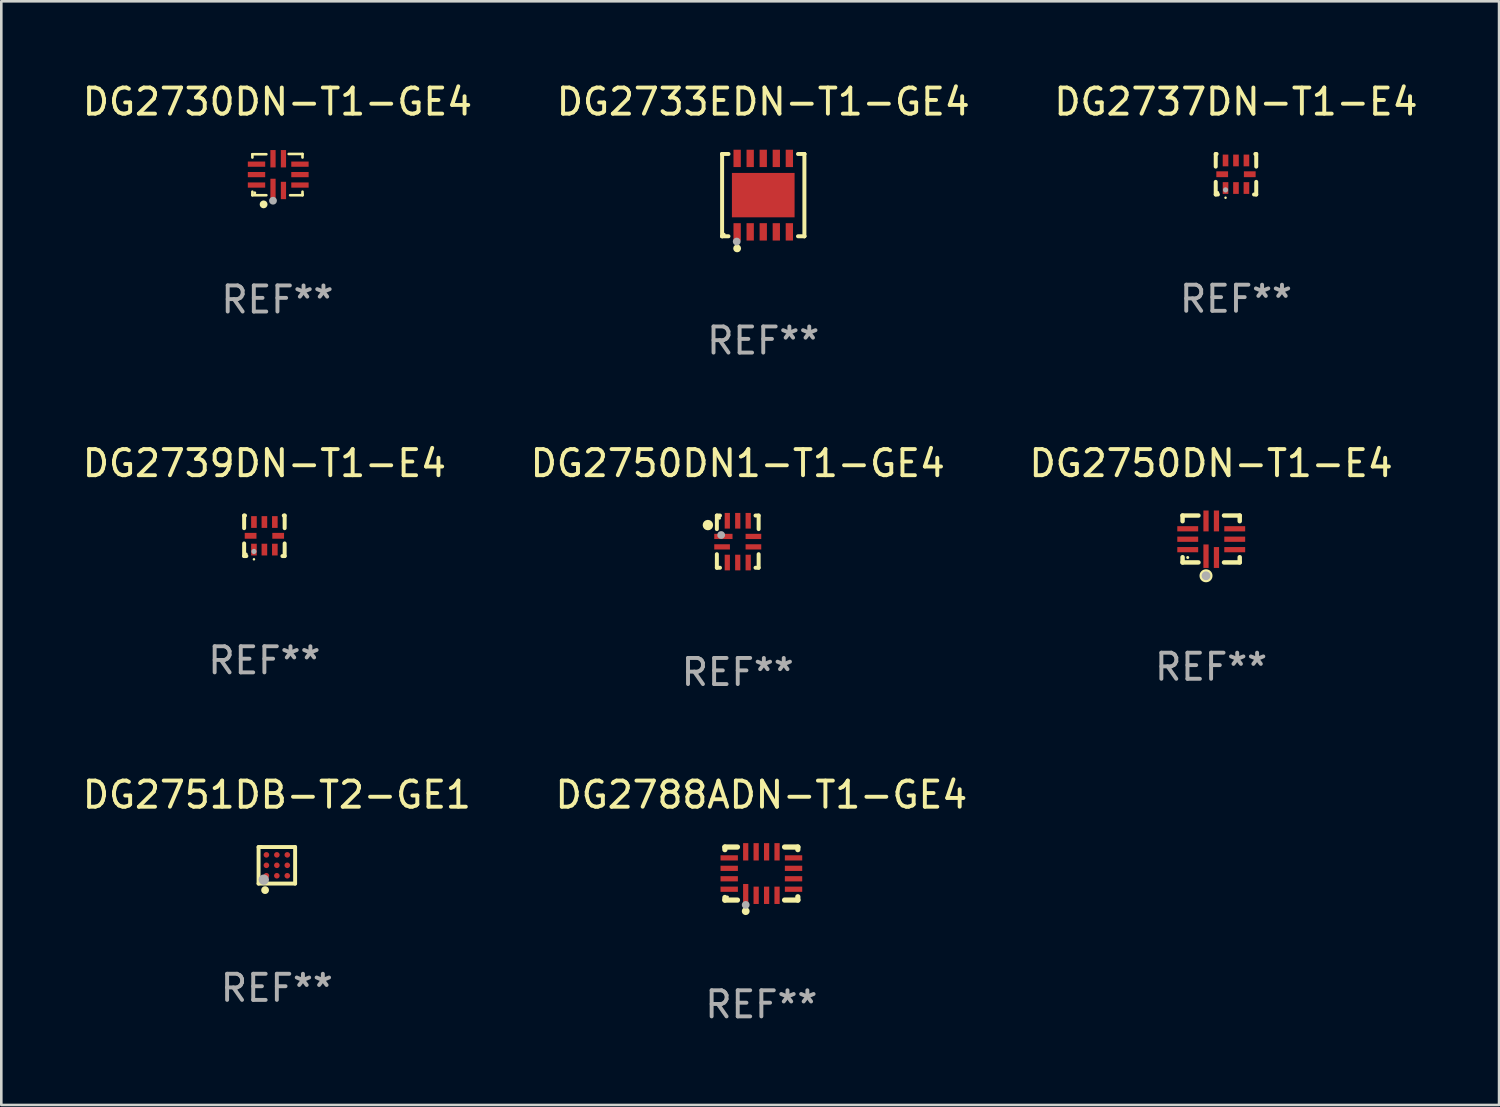
<source format=kicad_pcb>
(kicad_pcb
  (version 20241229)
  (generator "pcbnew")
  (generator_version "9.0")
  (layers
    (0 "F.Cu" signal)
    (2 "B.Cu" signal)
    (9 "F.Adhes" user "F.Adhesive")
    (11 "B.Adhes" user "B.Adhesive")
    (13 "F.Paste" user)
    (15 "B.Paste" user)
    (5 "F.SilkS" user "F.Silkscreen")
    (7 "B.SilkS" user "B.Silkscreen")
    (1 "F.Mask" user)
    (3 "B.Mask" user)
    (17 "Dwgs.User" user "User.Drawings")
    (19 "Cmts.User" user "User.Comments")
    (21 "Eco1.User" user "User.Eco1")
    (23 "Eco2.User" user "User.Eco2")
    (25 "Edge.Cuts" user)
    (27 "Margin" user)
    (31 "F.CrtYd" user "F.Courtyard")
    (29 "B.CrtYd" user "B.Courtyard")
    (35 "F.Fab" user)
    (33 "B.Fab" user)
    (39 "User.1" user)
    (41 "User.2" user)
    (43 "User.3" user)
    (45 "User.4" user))
  (footprint "DG2737DN-T1-E4"
    (layer "F.Cu")
    (at 44.292 3.624)
    (property "Reference" "DG2737DN-T1-E4" (at 0 -2.776 0) (layer "F.SilkS") (effects (font (size 1 1) (thickness 0.15))))
    (attr through_hole)
    (fp_line (start -0.776 -0.776) (end -0.776 -0.292) (stroke (width 0.152) (type solid)) (layer "F.SilkS"))
    (fp_line (start -0.776 -0.776) (end -0.742 -0.776) (stroke (width 0.152) (type solid)) (layer "F.SilkS"))
    (fp_line (start -0.776 0.776) (end -0.776 0.292) (stroke (width 0.152) (type solid)) (layer "F.SilkS"))
    (fp_line (start -0.776 0.776) (end -0.691 0.776) (stroke (width 0.152) (type solid)) (layer "F.SilkS"))
    (fp_line (start 0.691 0.776) (end 0.776 0.776) (stroke (width 0.152) (type solid)) (layer "F.SilkS"))
    (fp_line (start 0.742 -0.776) (end 0.776 -0.776) (stroke (width 0.152) (type solid)) (layer "F.SilkS"))
    (fp_line (start 0.776 -0.776) (end 0.776 -0.292) (stroke (width 0.152) (type solid)) (layer "F.SilkS"))
    (fp_line (start 0.776 0.776) (end 0.776 0.292) (stroke (width 0.152) (type solid)) (layer "F.SilkS"))
    (fp_circle (center -0.7 0.7) (end -0.67 0.7) (stroke (width 0.06) (type solid)) (fill no) (layer "F.SilkS"))
    (fp_circle (center -0.4 0.9) (end -0.375 0.9) (stroke (width 0.05) (type solid)) (fill no) (layer "F.SilkS"))
    (fp_circle (center -0.4 0.6) (end -0.35 0.6) (stroke (width 0.1) (type solid)) (fill no) (layer "F.Fab"))
    (fp_text user "REF**" (at 0 4.776 0) (layer "F.Fab") (effects (font (size 1 1) (thickness 0.15))))
    (pad "1" smd rect (at -0.4 0.528) (size 0.215 0.45) (layers "F.Cu" "F.Mask" "F.Paste"))
    (pad "2" smd rect (at 0 0.528) (size 0.215 0.45) (layers "F.Cu" "F.Mask" "F.Paste"))
    (pad "3" smd rect (at 0.4 0.528) (size 0.215 0.45) (layers "F.Cu" "F.Mask" "F.Paste"))
    (pad "4" smd rect (at 0.528 0) (size 0.45 0.224) (layers "F.Cu" "F.Mask" "F.Paste"))
    (pad "5" smd rect (at 0.4 -0.528) (size 0.215 0.45) (layers "F.Cu" "F.Mask" "F.Paste"))
    (pad "6" smd rect (at 0 -0.528) (size 0.215 0.45) (layers "F.Cu" "F.Mask" "F.Paste"))
    (pad "7" smd rect (at -0.4 -0.528) (size 0.215 0.45) (layers "F.Cu" "F.Mask" "F.Paste"))
    (pad "8" smd rect (at -0.528 0) (size 0.45 0.224) (layers "F.Cu" "F.Mask" "F.Paste")))
  (footprint "DG2751DB-T2-GE1"
    (layer "F.Cu")
    (at 7.554 30.094)
    (property "Reference" "DG2751DB-T2-GE1" (at 0 -2.7 0) (layer "F.SilkS") (effects (font (size 1 1) (thickness 0.15))))
    (attr through_hole)
    (fp_line (start -0.7 -0.7) (end -0.6 -0.7) (stroke (width 0.15) (type solid)) (layer "F.SilkS"))
    (fp_line (start -0.7 0.7) (end -0.7 -0.7) (stroke (width 0.15) (type solid)) (layer "F.SilkS"))
    (fp_line (start -0.65 -0.7) (end 0.7 -0.7) (stroke (width 0.15) (type solid)) (layer "F.SilkS"))
    (fp_line (start 0.7 -0.7) (end 0.7 0.7) (stroke (width 0.15) (type solid)) (layer "F.SilkS"))
    (fp_line (start 0.7 0.7) (end -0.7 0.7) (stroke (width 0.15) (type solid)) (layer "F.SilkS"))
    (fp_circle (center -0.6 0.6) (end -0.57 0.6) (stroke (width 0.06) (type solid)) (fill no) (layer "F.SilkS"))
    (fp_circle (center -0.45 0.95) (end -0.375 0.95) (stroke (width 0.15) (type solid)) (fill no) (layer "F.SilkS"))
    (fp_circle (center -0.5 0.55) (end -0.4 0.55) (stroke (width 0.2) (type solid)) (fill no) (layer "F.Fab"))
    (fp_text user "REF**" (at 0 4.7 0) (layer "F.Fab") (effects (font (size 1 1) (thickness 0.15))))
    (pad "A1" smd circle (at -0.4 0.4) (size 0.215 0.215) (layers "F.Cu" "F.Mask" "F.Paste"))
    (pad "A2" smd circle (at -0.4 0.000127) (size 0.215 0.215) (layers "F.Cu" "F.Mask" "F.Paste"))
    (pad "A3" smd circle (at -0.4 -0.4) (size 0.215 0.215) (layers "F.Cu" "F.Mask" "F.Paste"))
    (pad "B1" smd circle (at 0.000127 0.4) (size 0.215 0.215) (layers "F.Cu" "F.Mask" "F.Paste"))
    (pad "B2" smd circle (at 0.000127 -0.000127) (size 0.215 0.215) (layers "F.Cu" "F.Mask" "F.Paste"))
    (pad "B3" smd circle (at 0.000127 -0.4) (size 0.215 0.215) (layers "F.Cu" "F.Mask" "F.Paste"))
    (pad "C1" smd circle (at 0.4 0.4) (size 0.215 0.215) (layers "F.Cu" "F.Mask" "F.Paste"))
    (pad "C2" smd circle (at 0.4 0.000127) (size 0.215 0.215) (layers "F.Cu" "F.Mask" "F.Paste"))
    (pad "C3" smd circle (at 0.4 -0.4) (size 0.215 0.215) (layers "F.Cu" "F.Mask" "F.Paste")))
  (footprint "DG2750DN-T1-E4"
    (layer "F.Cu")
    (at 43.339 17.596)
    (property "Reference" "DG2750DN-T1-E4" (at 0 -2.899 0) (layer "F.SilkS") (effects (font (size 1 1) (thickness 0.15))))
    (attr through_hole)
    (fp_line (start -1.096 -0.899) (end -0.484 -0.899) (stroke (width 0.17) (type solid)) (layer "F.SilkS"))
    (fp_line (start -1.093 -0.682) (end -1.093 -0.899) (stroke (width 0.17) (type solid)) (layer "F.SilkS"))
    (fp_line (start -1.093 0.899) (end -1.093 0.697) (stroke (width 0.17) (type solid)) (layer "F.SilkS"))
    (fp_line (start -0.484 0.897) (end -1.093 0.897) (stroke (width 0.17) (type solid)) (layer "F.SilkS"))
    (fp_line (start 0.494 -0.899) (end 1.096 -0.899) (stroke (width 0.17) (type solid)) (layer "F.SilkS"))
    (fp_line (start 1.096 -0.899) (end 1.096 -0.682) (stroke (width 0.17) (type solid)) (layer "F.SilkS"))
    (fp_line (start 1.096 0.697) (end 1.096 0.897) (stroke (width 0.17) (type solid)) (layer "F.SilkS"))
    (fp_line (start 1.096 0.897) (end 0.494 0.897) (stroke (width 0.17) (type solid)) (layer "F.SilkS"))
    (fp_circle (center -0.895 0.708) (end -0.865 0.708) (stroke (width 0.06) (type solid)) (fill no) (layer "F.SilkS"))
    (fp_circle (center -0.195 1.408) (end -0.116 1.408) (stroke (width 0.17) (type solid)) (fill no) (layer "F.SilkS"))
    (fp_circle (center -0.195 1.408) (end -0.11 1.408) (stroke (width 0.17) (type solid)) (fill no) (layer "F.Fab"))
    (fp_text user "REF**" (at 0 4.899 0) (layer "F.Fab") (effects (font (size 1 1) (thickness 0.15))))
    (pad "1" smd rect (at -0.195 0.658 180) (size 0.2 0.9) (layers "F.Cu" "F.Mask" "F.Paste"))
    (pad "2" smd rect (at 0.205 0.708 180) (size 0.2 0.8) (layers "F.Cu" "F.Mask" "F.Paste"))
    (pad "3" smd rect (at 0.905 0.408 90) (size 0.2 0.8) (layers "F.Cu" "F.Mask" "F.Paste"))
    (pad "4" smd rect (at 0.905 0.008 90) (size 0.2 0.8) (layers "F.Cu" "F.Mask" "F.Paste"))
    (pad "5" smd rect (at 0.905 -0.392 90) (size 0.2 0.8) (layers "F.Cu" "F.Mask" "F.Paste"))
    (pad "6" smd rect (at 0.205 -0.692 180) (size 0.2 0.8) (layers "F.Cu" "F.Mask" "F.Paste"))
    (pad "7" smd rect (at -0.195 -0.692 180) (size 0.2 0.8) (layers "F.Cu" "F.Mask" "F.Paste"))
    (pad "8" smd rect (at -0.895 -0.392 90) (size 0.2 0.8) (layers "F.Cu" "F.Mask" "F.Paste"))
    (pad "9" smd rect (at -0.895 0.008 90) (size 0.2 0.8) (layers "F.Cu" "F.Mask" "F.Paste"))
    (pad "10" smd rect (at -0.895 0.408 90) (size 0.2 0.8) (layers "F.Cu" "F.Mask" "F.Paste")))
  (footprint "DG2739DN-T1-E4"
    (layer "F.Cu")
    (at 7.077 17.473)
    (property "Reference" "DG2739DN-T1-E4" (at 0 -2.776 0) (layer "F.SilkS") (effects (font (size 1 1) (thickness 0.15))))
    (attr through_hole)
    (fp_line (start -0.776 -0.776) (end -0.776 -0.292) (stroke (width 0.152) (type solid)) (layer "F.SilkS"))
    (fp_line (start -0.776 -0.776) (end -0.742 -0.776) (stroke (width 0.152) (type solid)) (layer "F.SilkS"))
    (fp_line (start -0.776 0.776) (end -0.776 0.292) (stroke (width 0.152) (type solid)) (layer "F.SilkS"))
    (fp_line (start -0.776 0.776) (end -0.691 0.776) (stroke (width 0.152) (type solid)) (layer "F.SilkS"))
    (fp_line (start 0.691 0.776) (end 0.776 0.776) (stroke (width 0.152) (type solid)) (layer "F.SilkS"))
    (fp_line (start 0.742 -0.776) (end 0.776 -0.776) (stroke (width 0.152) (type solid)) (layer "F.SilkS"))
    (fp_line (start 0.776 -0.776) (end 0.776 -0.292) (stroke (width 0.152) (type solid)) (layer "F.SilkS"))
    (fp_line (start 0.776 0.776) (end 0.776 0.292) (stroke (width 0.152) (type solid)) (layer "F.SilkS"))
    (fp_circle (center -0.7 0.7) (end -0.67 0.7) (stroke (width 0.06) (type solid)) (fill no) (layer "F.SilkS"))
    (fp_circle (center -0.4 0.9) (end -0.375 0.9) (stroke (width 0.05) (type solid)) (fill no) (layer "F.SilkS"))
    (fp_circle (center -0.4 0.6) (end -0.35 0.6) (stroke (width 0.1) (type solid)) (fill no) (layer "F.Fab"))
    (fp_text user "REF**" (at 0 4.776 0) (layer "F.Fab") (effects (font (size 1 1) (thickness 0.15))))
    (pad "1" smd rect (at -0.4 0.528) (size 0.215 0.45) (layers "F.Cu" "F.Mask" "F.Paste"))
    (pad "2" smd rect (at 0 0.528) (size 0.215 0.45) (layers "F.Cu" "F.Mask" "F.Paste"))
    (pad "3" smd rect (at 0.4 0.528) (size 0.215 0.45) (layers "F.Cu" "F.Mask" "F.Paste"))
    (pad "4" smd rect (at 0.528 0) (size 0.45 0.224) (layers "F.Cu" "F.Mask" "F.Paste"))
    (pad "5" smd rect (at 0.4 -0.528) (size 0.215 0.45) (layers "F.Cu" "F.Mask" "F.Paste"))
    (pad "6" smd rect (at 0 -0.528) (size 0.215 0.45) (layers "F.Cu" "F.Mask" "F.Paste"))
    (pad "7" smd rect (at -0.4 -0.528) (size 0.215 0.45) (layers "F.Cu" "F.Mask" "F.Paste"))
    (pad "8" smd rect (at -0.528 0) (size 0.45 0.224) (layers "F.Cu" "F.Mask" "F.Paste")))
  (footprint "DG2733EDN-T1-GE4"
    (layer "F.Cu")
    (at 26.185 4.424)
    (property "Reference" "DG2733EDN-T1-GE4" (at 0 -3.576 0) (layer "F.SilkS") (effects (font (size 1 1) (thickness 0.15))))
    (attr through_hole)
    (fp_line (start -1.576 -1.576) (end -1.576 -1.576) (stroke (width 0.152) (type solid)) (layer "F.SilkS"))
    (fp_line (start -1.576 -1.576) (end -1.331 -1.576) (stroke (width 0.152) (type solid)) (layer "F.SilkS"))
    (fp_line (start -1.576 1.576) (end -1.576 -1.576) (stroke (width 0.152) (type solid)) (layer "F.SilkS"))
    (fp_line (start -1.576 1.576) (end -1.576 1.576) (stroke (width 0.152) (type solid)) (layer "F.SilkS"))
    (fp_line (start -1.331 1.576) (end -1.576 1.576) (stroke (width 0.152) (type solid)) (layer "F.SilkS"))
    (fp_line (start 1.331 1.576) (end 1.576 1.576) (stroke (width 0.152) (type solid)) (layer "F.SilkS"))
    (fp_line (start 1.576 -1.576) (end 1.331 -1.576) (stroke (width 0.152) (type solid)) (layer "F.SilkS"))
    (fp_line (start 1.576 -1.576) (end 1.576 -1.576) (stroke (width 0.152) (type solid)) (layer "F.SilkS"))
    (fp_line (start 1.576 1.576) (end 1.576 -1.576) (stroke (width 0.152) (type solid)) (layer "F.SilkS"))
    (fp_line (start 1.576 1.576) (end 1.576 1.576) (stroke (width 0.152) (type solid)) (layer "F.SilkS"))
    (fp_circle (center -1.5 1.5) (end -1.47 1.5) (stroke (width 0.06) (type solid)) (fill no) (layer "F.SilkS"))
    (fp_circle (center -1 2.04) (end -0.925 2.04) (stroke (width 0.15) (type solid)) (fill no) (layer "F.SilkS"))
    (fp_circle (center -1.016 1.778) (end -0.941 1.778) (stroke (width 0.15) (type solid)) (fill no) (layer "F.Fab"))
    (fp_text user "REF**" (at 0 5.576 0) (layer "F.Fab") (effects (font (size 1 1) (thickness 0.15))))
    (pad "1" smd rect (at -1 1.407) (size 0.28 0.665) (layers "F.Cu" "F.Mask" "F.Paste"))
    (pad "2" smd rect (at -0.5 1.407) (size 0.28 0.665) (layers "F.Cu" "F.Mask" "F.Paste"))
    (pad "3" smd rect (at 0 1.407) (size 0.28 0.665) (layers "F.Cu" "F.Mask" "F.Paste"))
    (pad "4" smd rect (at 0.5 1.407) (size 0.28 0.665) (layers "F.Cu" "F.Mask" "F.Paste"))
    (pad "5" smd rect (at 1 1.407) (size 0.28 0.665) (layers "F.Cu" "F.Mask" "F.Paste"))
    (pad "6" smd rect (at 1 -1.407) (size 0.28 0.665) (layers "F.Cu" "F.Mask" "F.Paste"))
    (pad "7" smd rect (at 0.5 -1.407) (size 0.28 0.665) (layers "F.Cu" "F.Mask" "F.Paste"))
    (pad "8" smd rect (at 0 -1.407) (size 0.28 0.665) (layers "F.Cu" "F.Mask" "F.Paste"))
    (pad "9" smd rect (at -0.5 -1.407) (size 0.28 0.665) (layers "F.Cu" "F.Mask" "F.Paste"))
    (pad "10" smd rect (at -1 -1.407) (size 0.28 0.665) (layers "F.Cu" "F.Mask" "F.Paste"))
    (pad "11" smd rect (at 0 0) (size 2.4 1.7) (layers "F.Cu" "F.Mask" "F.Paste")))
  (footprint "DG2730DN-T1-GE4"
    (layer "F.Cu")
    (at 7.577 3.638)
    (property "Reference" "DG2730DN-T1-GE4" (at 0 -2.79 0) (layer "F.SilkS") (effects (font (size 1 1) (thickness 0.15))))
    (attr through_hole)
    (fp_line (start -0.96 -0.78) (end -0.424 -0.78) (stroke (width 0.1) (type solid)) (layer "F.SilkS"))
    (fp_line (start -0.96 -0.654) (end -0.96 -0.78) (stroke (width 0.1) (type solid)) (layer "F.SilkS"))
    (fp_line (start -0.96 0.79) (end -0.96 0.654) (stroke (width 0.1) (type solid)) (layer "F.SilkS"))
    (fp_line (start -0.424 0.79) (end -0.96 0.79) (stroke (width 0.1) (type solid)) (layer "F.SilkS"))
    (fp_line (start 0.43 -0.79) (end 0.96 -0.79) (stroke (width 0.1) (type solid)) (layer "F.SilkS"))
    (fp_line (start 0.96 -0.79) (end 0.96 -0.654) (stroke (width 0.1) (type solid)) (layer "F.SilkS"))
    (fp_line (start 0.96 0.654) (end 0.96 0.76) (stroke (width 0.1) (type solid)) (layer "F.SilkS"))
    (fp_line (start 0.96 0.76) (end 0.96 0.79) (stroke (width 0.1) (type solid)) (layer "F.SilkS"))
    (fp_line (start 0.96 0.79) (end 0.484 0.79) (stroke (width 0.1) (type solid)) (layer "F.SilkS"))
    (fp_circle (center -0.87 0.7) (end -0.84 0.7) (stroke (width 0.06) (type solid)) (fill no) (layer "F.SilkS"))
    (fp_circle (center -0.53 1.14) (end -0.455 1.14) (stroke (width 0.15) (type solid)) (fill no) (layer "F.SilkS"))
    (fp_circle (center -0.17 1) (end -0.095 1) (stroke (width 0.15) (type solid)) (fill no) (layer "F.Fab"))
    (fp_text user "REF**" (at 0 4.79 0) (layer "F.Fab") (effects (font (size 1 1) (thickness 0.15))))
    (pad "1" smd rect (at -0.17 0.608) (size 0.2 0.9) (layers "F.Cu" "F.Mask" "F.Paste"))
    (pad "2" smd rect (at 0.23 0.608) (size 0.2 0.665) (layers "F.Cu" "F.Mask" "F.Paste"))
    (pad "3" smd rect (at 0.862 0.4) (size 0.665 0.2) (layers "F.Cu" "F.Mask" "F.Paste"))
    (pad "4" smd rect (at 0.862 0) (size 0.665 0.2) (layers "F.Cu" "F.Mask" "F.Paste"))
    (pad "5" smd rect (at 0.862 -0.4) (size 0.665 0.2) (layers "F.Cu" "F.Mask" "F.Paste"))
    (pad "6" smd rect (at 0.23 -0.608) (size 0.2 0.665) (layers "F.Cu" "F.Mask" "F.Paste"))
    (pad "7" smd rect (at -0.17 -0.608) (size 0.2 0.665) (layers "F.Cu" "F.Mask" "F.Paste"))
    (pad "8" smd rect (at -0.802 -0.4) (size 0.665 0.2) (layers "F.Cu" "F.Mask" "F.Paste"))
    (pad "9" smd rect (at -0.802 0) (size 0.665 0.2) (layers "F.Cu" "F.Mask" "F.Paste"))
    (pad "10" smd rect (at -0.802 0.4) (size 0.665 0.2) (layers "F.Cu" "F.Mask" "F.Paste")))
  (footprint "DG2750DN1-T1-GE4"
    (layer "F.Cu")
    (at 25.208 17.697)
    (property "Reference" "DG2750DN1-T1-GE4" (at 0 -3 0) (layer "F.SilkS") (effects (font (size 1 1) (thickness 0.15))))
    (attr through_hole)
    (fp_line (start -0.8 -1) (end -0.68 -1) (stroke (width 0.152) (type solid)) (layer "F.SilkS"))
    (fp_line (start -0.8 -0.48) (end -0.8 -1) (stroke (width 0.152) (type solid)) (layer "F.SilkS"))
    (fp_line (start -0.8 1) (end -0.8 0.48) (stroke (width 0.152) (type solid)) (layer "F.SilkS"))
    (fp_line (start -0.68 1) (end -0.8 1) (stroke (width 0.152) (type solid)) (layer "F.SilkS"))
    (fp_line (start 0.68 -1) (end 0.8 -1) (stroke (width 0.152) (type solid)) (layer "F.SilkS"))
    (fp_line (start 0.8 -1) (end 0.8 -0.48) (stroke (width 0.152) (type solid)) (layer "F.SilkS"))
    (fp_line (start 0.8 0.48) (end 0.8 1) (stroke (width 0.152) (type solid)) (layer "F.SilkS"))
    (fp_line (start 0.8 1) (end 0.68 1) (stroke (width 0.152) (type solid)) (layer "F.SilkS"))
    (fp_circle (center -1.143 -0.635) (end -1.043 -0.635) (stroke (width 0.2) (type solid)) (fill no) (layer "F.SilkS"))
    (fp_circle (center -0.7 -0.9) (end -0.67 -0.9) (stroke (width 0.06) (type solid)) (fill no) (layer "F.SilkS"))
    (fp_circle (center -0.635 -0.254) (end -0.56 -0.254) (stroke (width 0.15) (type solid)) (fill no) (layer "F.Fab"))
    (fp_text user "REF**" (at 0 5 0) (layer "F.Fab") (effects (font (size 1 1) (thickness 0.15))))
    (pad "1" smd rect (at -0.55 -0.2) (size 0.7 0.2) (layers "F.Cu" "F.Mask" "F.Paste"))
    (pad "2" smd rect (at -0.6 0.2) (size 0.6 0.2) (layers "F.Cu" "F.Mask" "F.Paste"))
    (pad "3" smd rect (at -0.4 0.8) (size 0.2 0.6) (layers "F.Cu" "F.Mask" "F.Paste"))
    (pad "4" smd rect (at 0 0.8) (size 0.2 0.6) (layers "F.Cu" "F.Mask" "F.Paste"))
    (pad "5" smd rect (at 0.4 0.8) (size 0.2 0.6) (layers "F.Cu" "F.Mask" "F.Paste"))
    (pad "6" smd rect (at 0.6 0.2) (size 0.6 0.2) (layers "F.Cu" "F.Mask" "F.Paste"))
    (pad "7" smd rect (at 0.6 -0.2) (size 0.6 0.2) (layers "F.Cu" "F.Mask" "F.Paste"))
    (pad "8" smd rect (at 0.4 -0.8) (size 0.2 0.6) (layers "F.Cu" "F.Mask" "F.Paste"))
    (pad "9" smd rect (at 0 -0.8) (size 0.2 0.6) (layers "F.Cu" "F.Mask" "F.Paste"))
    (pad "10" smd rect (at -0.4 -0.8) (size 0.2 0.6) (layers "F.Cu" "F.Mask" "F.Paste")))
  (footprint "DG2788ADN-T1-GE4"
    (layer "F.Cu")
    (at 26.113 30.41)
    (property "Reference" "DG2788ADN-T1-GE4" (at 0 -3.016 0) (layer "F.SilkS") (effects (font (size 1 1) (thickness 0.15))))
    (attr through_hole)
    (fp_line (start -1.397 -1.016) (end -1.397 -0.916) (stroke (width 0.2) (type solid)) (layer "F.SilkS"))
    (fp_line (start -1.397 0.916) (end -1.397 1.016) (stroke (width 0.2) (type solid)) (layer "F.SilkS"))
    (fp_line (start -1.397 1.016) (end -0.916 1.016) (stroke (width 0.2) (type solid)) (layer "F.SilkS"))
    (fp_line (start -0.916 -1.016) (end -1.397 -1.016) (stroke (width 0.2) (type solid)) (layer "F.SilkS"))
    (fp_line (start 0.889 -1.016) (end 1.397 -1.016) (stroke (width 0.2) (type solid)) (layer "F.SilkS"))
    (fp_line (start 1.397 -1.016) (end 1.397 -0.916) (stroke (width 0.2) (type solid)) (layer "F.SilkS"))
    (fp_line (start 1.397 0.889) (end 1.397 1.016) (stroke (width 0.2) (type solid)) (layer "F.SilkS"))
    (fp_line (start 1.397 1.016) (end 0.889 1.016) (stroke (width 0.2) (type solid)) (layer "F.SilkS"))
    (fp_circle (center -1.3 0.9) (end -1.27 0.9) (stroke (width 0.06) (type solid)) (fill no) (layer "F.SilkS"))
    (fp_circle (center -0.6 1.44) (end -0.525 1.44) (stroke (width 0.15) (type solid)) (fill no) (layer "F.SilkS"))
    (fp_circle (center -0.6 1.2) (end -0.525 1.2) (stroke (width 0.15) (type solid)) (fill no) (layer "F.Fab"))
    (fp_text user "REF**" (at 0 5.016 0) (layer "F.Fab") (effects (font (size 1 1) (thickness 0.15))))
    (pad "1" smd rect (at -0.6 0.782) (size 0.2 0.765) (layers "F.Cu" "F.Mask" "F.Paste"))
    (pad "2" smd rect (at -0.2 0.833) (size 0.2 0.665) (layers "F.Cu" "F.Mask" "F.Paste"))
    (pad "3" smd rect (at 0.2 0.833) (size 0.2 0.665) (layers "F.Cu" "F.Mask" "F.Paste"))
    (pad "4" smd rect (at 0.6 0.833) (size 0.2 0.665) (layers "F.Cu" "F.Mask" "F.Paste"))
    (pad "5" smd rect (at 1.232 0.6) (size 0.665 0.2) (layers "F.Cu" "F.Mask" "F.Paste"))
    (pad "6" smd rect (at 1.232 0.2) (size 0.665 0.2) (layers "F.Cu" "F.Mask" "F.Paste"))
    (pad "7" smd rect (at 1.232 -0.2) (size 0.665 0.2) (layers "F.Cu" "F.Mask" "F.Paste"))
    (pad "8" smd rect (at 1.232 -0.6) (size 0.665 0.2) (layers "F.Cu" "F.Mask" "F.Paste"))
    (pad "9" smd rect (at 0.6 -0.833) (size 0.2 0.665) (layers "F.Cu" "F.Mask" "F.Paste"))
    (pad "10" smd rect (at 0.2 -0.833) (size 0.2 0.665) (layers "F.Cu" "F.Mask" "F.Paste"))
    (pad "11" smd rect (at -0.2 -0.833) (size 0.2 0.665) (layers "F.Cu" "F.Mask" "F.Paste"))
    (pad "12" smd rect (at -0.6 -0.833) (size 0.2 0.665) (layers "F.Cu" "F.Mask" "F.Paste"))
    (pad "13" smd rect (at -1.232 -0.6) (size 0.665 0.2) (layers "F.Cu" "F.Mask" "F.Paste"))
    (pad "14" smd rect (at -1.232 -0.2) (size 0.665 0.2) (layers "F.Cu" "F.Mask" "F.Paste"))
    (pad "15" smd rect (at -1.232 0.2) (size 0.665 0.2) (layers "F.Cu" "F.Mask" "F.Paste"))
    (pad "16" smd rect (at -1.232 0.6) (size 0.665 0.2) (layers "F.Cu" "F.Mask" "F.Paste")))
  (gr_rect
    (start -3 -3)
    (end 54.369 39.274)
    (stroke (width 0.1) (type default))
    (fill no)
    (layer "Edge.Cuts")))
</source>
